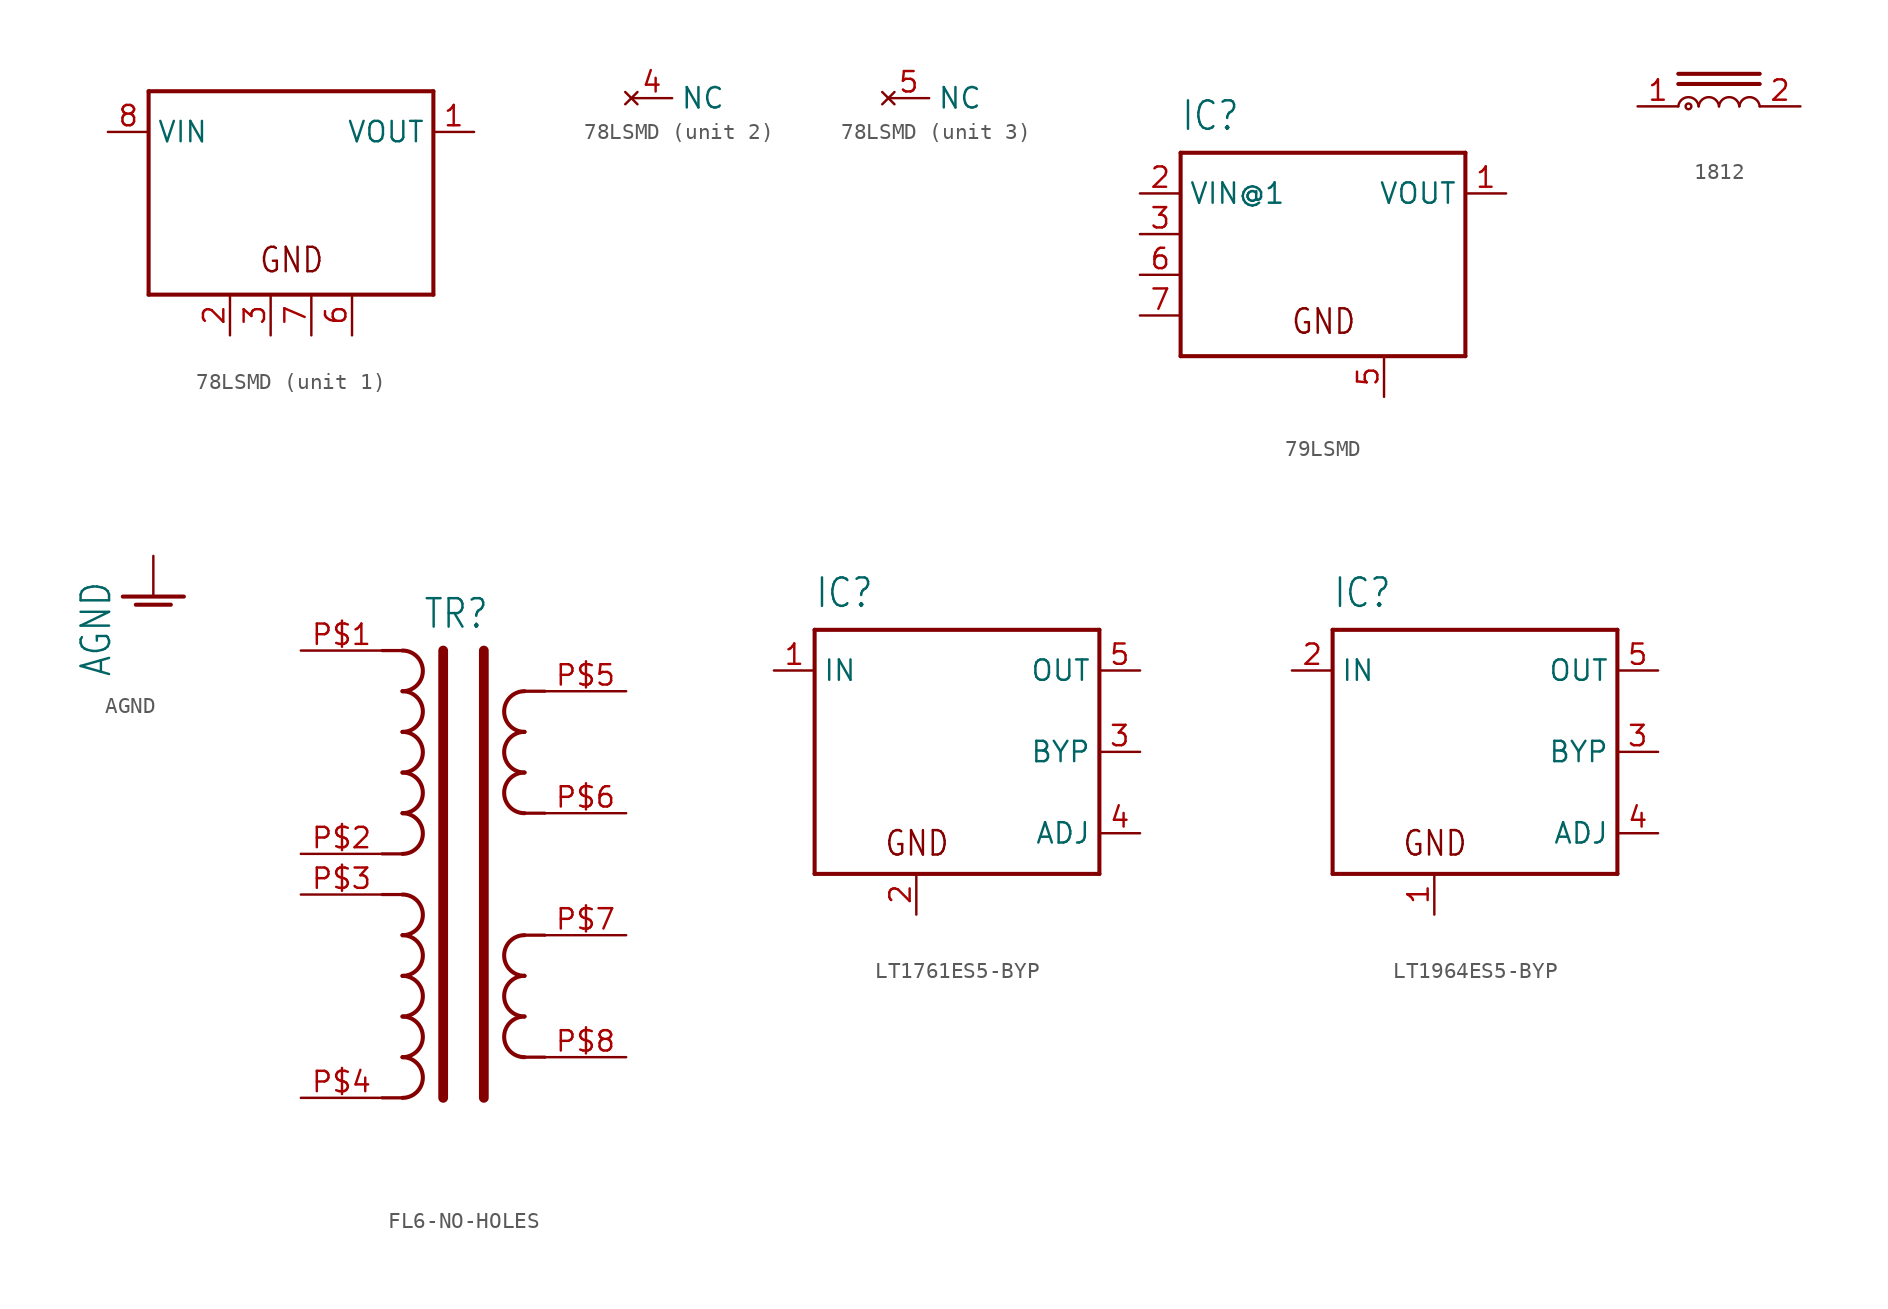
<source format=kicad_sym>
(kicad_symbol_lib
  (version 20220914)
  (generator kicad_symbol_editor)
  (symbol "78LSMD"
    (property "Reference" "IC"
      (at -8.89 7.62 0)
      (effects (font (size 1.778 1.511)) (justify left bottom) hide))
    (property "ki_locked" ""
      (at 0 0 0)
      (effects (font (size 1.27 1.27))))
    (symbol "78LSMD_1_0"
      (polyline (pts (xy -8.89 -6.35) (xy -8.89 6.35)) (stroke (width 0.254) (type solid)) (fill (type none)))
      (polyline (pts (xy -8.89 6.35) (xy 8.89 6.35)) (stroke (width 0.254) (type solid)) (fill (type none)))
      (polyline (pts (xy 8.89 -6.35) (xy -8.89 -6.35)) (stroke (width 0.254) (type solid)) (fill (type none)))
      (polyline (pts (xy 8.89 6.35) (xy 8.89 -6.35)) (stroke (width 0.254) (type solid)) (fill (type none)))
      (text "GND" (at -2.032 -5.08 0) (effects (font (size 1.524 1.295)) (justify left bottom)))
      (pin output line (at 11.43 3.81 180) (length 2.54) (name "VOUT" (effects (font (size 1.27 1.27)))) (number "1" (effects (font (size 1.27 1.27)))))
      (pin power_in line (at -3.81 -8.89 90) (length 2.54) (name "GND@1" (effects (font (size 0 0)))) (number "2" (effects (font (size 1.27 1.27)))))
      (pin power_in line (at -1.27 -8.89 90) (length 2.54) (name "GND@2" (effects (font (size 0 0)))) (number "3" (effects (font (size 1.27 1.27)))))
      (pin power_in line (at 3.81 -8.89 90) (length 2.54) (name "GND@4" (effects (font (size 0 0)))) (number "6" (effects (font (size 1.27 1.27)))))
      (pin power_in line (at 1.27 -8.89 90) (length 2.54) (name "GND@3" (effects (font (size 0 0)))) (number "7" (effects (font (size 1.27 1.27)))))
      (pin passive line (at -11.43 3.81 0) (length 2.54) (name "VIN" (effects (font (size 1.27 1.27)))) (number "8" (effects (font (size 1.27 1.27))))))
    (symbol "78LSMD_2_0"
      (pin no_connect line (at -2.54 0 0) (length 2.54) (name "NC" (effects (font (size 1.27 1.27)))) (number "4" (effects (font (size 1.27 1.27))))))
    (symbol "78LSMD_3_0"
      (pin no_connect line (at -2.54 0 0) (length 2.54) (name "NC" (effects (font (size 1.27 1.27)))) (number "5" (effects (font (size 1.27 1.27)))))))
  (symbol "79LSMD"
    (property "Reference" "IC"
      (at -8.89 7.62 0)
      (effects (font (size 1.778 1.511)) (justify left bottom)))
    (property "Value" ""
      (at -7.112 -1.016 0)
      (effects (font (size 1.778 1.511)) (justify left bottom)))
    (property "ki_locked" ""
      (at 0 0 0)
      (effects (font (size 1.27 1.27))))
    (symbol "79LSMD_1_0"
      (polyline (pts (xy -8.89 -6.35) (xy -8.89 6.35)) (stroke (width 0.254) (type solid)) (fill (type none)))
      (polyline (pts (xy -8.89 6.35) (xy 8.89 6.35)) (stroke (width 0.254) (type solid)) (fill (type none)))
      (polyline (pts (xy 8.89 -6.35) (xy -8.89 -6.35)) (stroke (width 0.254) (type solid)) (fill (type none)))
      (polyline (pts (xy 8.89 6.35) (xy 8.89 -6.35)) (stroke (width 0.254) (type solid)) (fill (type none)))
      (text "GND" (at -2.032 -5.08 0) (effects (font (size 1.524 1.295)) (justify left bottom)))
      (pin output line (at 11.43 3.81 180) (length 2.54) (name "VOUT" (effects (font (size 1.27 1.27)))) (number "1" (effects (font (size 1.27 1.27)))))
      (pin passive line (at -11.43 3.81 0) (length 2.54) (name "VIN@1" (effects (font (size 1.27 1.27)))) (number "2" (effects (font (size 1.27 1.27)))))
      (pin power_in line (at -11.43 1.27 0) (length 2.54) (name "VIN@2" (effects (font (size 0 0)))) (number "3" (effects (font (size 1.27 1.27)))))
      (pin power_in line (at 3.81 -8.89 90) (length 2.54) (name "GND" (effects (font (size 0 0)))) (number "5" (effects (font (size 1.27 1.27)))))
      (pin power_in line (at -11.43 -1.27 0) (length 2.54) (name "VIN@3" (effects (font (size 0 0)))) (number "6" (effects (font (size 1.27 1.27)))))
      (pin power_in line (at -11.43 -3.81 0) (length 2.54) (name "VIN@4" (effects (font (size 0 0)))) (number "7" (effects (font (size 1.27 1.27)))))))
  (symbol "1812"
    (property "Reference" ""
      (at -2.54 2.54 0)
      (effects (font (size 1.778 1.511)) (justify left bottom) hide))
    (property "Value" ""
      (at -2.54 -2.54 0)
      (effects (font (size 1.778 1.511)) (justify left bottom)))
    (property "ki_locked" ""
      (at 0 0 0)
      (effects (font (size 1.27 1.27))))
    (symbol "1812_1_0"
      (circle (center -1.905 0) (radius 0.18) (stroke (width 0) (type solid)) (fill (type none)))
      (arc (start -1.27 -0.0002) (mid -1.9049 0.7016) (end -2.54 0) (stroke (width 0.1524) (type solid)) (fill (type none)))
      (arc (start 0 -0.0002) (mid -0.6349 0.7016) (end -1.27 0) (stroke (width 0.1524) (type solid)) (fill (type none)))
      (polyline (pts (xy 2.54 1.397) (xy -2.54 1.397)) (stroke (width 0.254) (type solid)) (fill (type none)))
      (polyline (pts (xy 2.54 2.032) (xy -2.54 2.032)) (stroke (width 0.254) (type solid)) (fill (type none)))
      (arc (start 1.27 -0.0002) (mid 0.6351 0.7016) (end 0 0) (stroke (width 0.1524) (type solid)) (fill (type none)))
      (arc (start 2.54 -0.0002) (mid 1.9051 0.7016) (end 1.27 0) (stroke (width 0.1524) (type solid)) (fill (type none)))
      (pin passive line (at -5.08 0 0) (length 2.54) (name "1" (effects (font (size 0 0)))) (number "1" (effects (font (size 1.27 1.27)))))
      (pin passive line (at 5.08 0 180) (length 2.54) (name "2" (effects (font (size 0 0)))) (number "2" (effects (font (size 1.27 1.27)))))))
  (symbol "AGND"
    (power)
    (property "Reference" "#AGND"
      (at 0 0 0)
      (effects (font (size 1.27 1.27)) hide))
    (property "Value" "AGND"
      (at -2.54 -5.08 90)
      (effects (font (size 1.778 1.511)) (justify left bottom)))
    (property "ki_locked" ""
      (at 0 0 0)
      (effects (font (size 1.27 1.27))))
    (symbol "AGND_1_0"
      (polyline (pts (xy -1.905 0) (xy 1.905 0)) (stroke (width 0.254) (type solid)) (fill (type none)))
      (polyline (pts (xy -1.092 -0.508) (xy 1.092 -0.508)) (stroke (width 0.254) (type solid)) (fill (type none)))
      (pin power_in line (at 0 2.54 270) (length 2.54) (name "AGND" (effects (font (size 0 0)))) (number "1" (effects (font (size 0 0)))))))
  (symbol "FL6-NO-HOLES"
    (property "Reference" "TR"
      (at -2.54 15.24 0)
      (effects (font (size 1.778 1.511)) (justify left bottom)))
    (property "Value" ""
      (at -2.54 -17.145 0)
      (effects (font (size 1.778 1.511)) (justify left bottom)))
    (property "ki_locked" ""
      (at 0 0 0)
      (effects (font (size 1.27 1.27))))
    (symbol "FL6-NO-HOLES_1_0"
      (arc (start -3.81 -13.97) (mid -2.54 -12.7) (end -3.81 -11.43) (stroke (width 0.254) (type solid)) (fill (type none)))
      (arc (start -3.81 -11.43) (mid -2.54 -10.16) (end -3.81 -8.89) (stroke (width 0.254) (type solid)) (fill (type none)))
      (arc (start -3.81 -8.89) (mid -2.54 -7.62) (end -3.81 -6.35) (stroke (width 0.254) (type solid)) (fill (type none)))
      (arc (start -3.81 -6.35) (mid -2.54 -5.08) (end -3.81 -3.81) (stroke (width 0.254) (type solid)) (fill (type none)))
      (arc (start -3.81 -3.81) (mid -2.54 -2.54) (end -3.81 -1.27) (stroke (width 0.254) (type solid)) (fill (type none)))
      (arc (start -3.81 1.27) (mid -2.54 2.54) (end -3.81 3.81) (stroke (width 0.254) (type solid)) (fill (type none)))
      (arc (start -3.81 3.81) (mid -2.54 5.08) (end -3.81 6.35) (stroke (width 0.254) (type solid)) (fill (type none)))
      (arc (start -3.81 6.35) (mid -2.54 7.62) (end -3.81 8.89) (stroke (width 0.254) (type solid)) (fill (type none)))
      (arc (start -3.81 8.89) (mid -2.54 10.16) (end -3.81 11.43) (stroke (width 0.254) (type solid)) (fill (type none)))
      (arc (start -3.81 11.43) (mid -2.54 12.7) (end -3.81 13.97) (stroke (width 0.254) (type solid)) (fill (type none)))
      (polyline (pts (xy -3.81 -13.97) (xy -5.08 -13.97)) (stroke (width 0.203) (type solid)) (fill (type none)))
      (polyline (pts (xy -3.81 -1.27) (xy -5.08 -1.27)) (stroke (width 0.203) (type solid)) (fill (type none)))
      (polyline (pts (xy -3.81 1.27) (xy -5.08 1.27)) (stroke (width 0.203) (type solid)) (fill (type none)))
      (polyline (pts (xy -3.81 13.97) (xy -5.08 13.97)) (stroke (width 0.203) (type solid)) (fill (type none)))
      (polyline (pts (xy -1.27 13.97) (xy -1.27 -13.97)) (stroke (width 0.61) (type solid)) (fill (type none)))
      (polyline (pts (xy 1.27 13.97) (xy 1.27 -13.97)) (stroke (width 0.61) (type solid)) (fill (type none)))
      (polyline (pts (xy 3.81 -11.43) (xy 5.08 -11.43)) (stroke (width 0.203) (type solid)) (fill (type none)))
      (polyline (pts (xy 3.81 -3.81) (xy 5.08 -3.81)) (stroke (width 0.203) (type solid)) (fill (type none)))
      (polyline (pts (xy 3.81 3.81) (xy 5.08 3.81)) (stroke (width 0.203) (type solid)) (fill (type none)))
      (polyline (pts (xy 3.81 11.43) (xy 5.08 11.43)) (stroke (width 0.203) (type solid)) (fill (type none)))
      (arc (start 3.81 -8.89) (mid 2.54 -10.16) (end 3.81 -11.43) (stroke (width 0.254) (type solid)) (fill (type none)))
      (arc (start 3.81 -6.35) (mid 2.54 -7.62) (end 3.81 -8.89) (stroke (width 0.254) (type solid)) (fill (type none)))
      (arc (start 3.81 -3.81) (mid 2.54 -5.08) (end 3.81 -6.35) (stroke (width 0.254) (type solid)) (fill (type none)))
      (arc (start 3.81 6.35) (mid 2.54 5.08) (end 3.81 3.81) (stroke (width 0.254) (type solid)) (fill (type none)))
      (arc (start 3.81 8.89) (mid 2.54 7.62) (end 3.81 6.35) (stroke (width 0.254) (type solid)) (fill (type none)))
      (arc (start 3.81 11.43) (mid 2.54 10.16) (end 3.81 8.89) (stroke (width 0.254) (type solid)) (fill (type none)))
      (pin passive line (at -10.16 13.97 0) (length 5.08) (name "PRI1A" (effects (font (size 0 0)))) (number "P$1" (effects (font (size 1.27 1.27)))))
      (pin passive line (at -10.16 1.27 0) (length 5.08) (name "PRI1B" (effects (font (size 0 0)))) (number "P$2" (effects (font (size 1.27 1.27)))))
      (pin passive line (at -10.16 -1.27 0) (length 5.08) (name "PRI2A" (effects (font (size 0 0)))) (number "P$3" (effects (font (size 1.27 1.27)))))
      (pin passive line (at -10.16 -13.97 0) (length 5.08) (name "PRI2B" (effects (font (size 0 0)))) (number "P$4" (effects (font (size 1.27 1.27)))))
      (pin passive line (at 10.16 11.43 180) (length 5.08) (name "SEC1A" (effects (font (size 0 0)))) (number "P$5" (effects (font (size 1.27 1.27)))))
      (pin passive line (at 10.16 3.81 180) (length 5.08) (name "SEC1B" (effects (font (size 0 0)))) (number "P$6" (effects (font (size 1.27 1.27)))))
      (pin passive line (at 10.16 -3.81 180) (length 5.08) (name "SEC2A" (effects (font (size 0 0)))) (number "P$7" (effects (font (size 1.27 1.27)))))
      (pin passive line (at 10.16 -11.43 180) (length 5.08) (name "SEC2B" (effects (font (size 0 0)))) (number "P$8" (effects (font (size 1.27 1.27)))))))
  (symbol "LT1761ES5-BYP"
    (property "Reference" "IC"
      (at -8.89 7.62 0)
      (effects (font (size 1.778 1.511)) (justify left bottom)))
    (property "Value" ""
      (at 1.27 7.62 0)
      (effects (font (size 1.778 1.511)) (justify left bottom)))
    (property "ki_locked" ""
      (at 0 0 0)
      (effects (font (size 1.27 1.27))))
    (symbol "LT1761ES5-BYP_1_0"
      (polyline (pts (xy -8.89 -8.89) (xy -8.89 6.35)) (stroke (width 0.254) (type solid)) (fill (type none)))
      (polyline (pts (xy -8.89 6.35) (xy 8.89 6.35)) (stroke (width 0.254) (type solid)) (fill (type none)))
      (polyline (pts (xy 8.89 -8.89) (xy -8.89 -8.89)) (stroke (width 0.254) (type solid)) (fill (type none)))
      (polyline (pts (xy 8.89 6.35) (xy 8.89 -8.89)) (stroke (width 0.254) (type solid)) (fill (type none)))
      (text "GND" (at -4.572 -7.874 0) (effects (font (size 1.524 1.295)) (justify left bottom)))
      (pin input line (at -11.43 3.81 0) (length 2.54) (name "IN" (effects (font (size 1.27 1.27)))) (number "1" (effects (font (size 1.27 1.27)))))
      (pin power_in line (at -2.54 -11.43 90) (length 2.54) (name "GND" (effects (font (size 0 0)))) (number "2" (effects (font (size 1.27 1.27)))))
      (pin input line (at 11.43 -1.27 180) (length 2.54) (name "BYP" (effects (font (size 1.27 1.27)))) (number "3" (effects (font (size 1.27 1.27)))))
      (pin input line (at 11.43 -6.35 180) (length 2.54) (name "ADJ" (effects (font (size 1.27 1.27)))) (number "4" (effects (font (size 1.27 1.27)))))
      (pin passive line (at 11.43 3.81 180) (length 2.54) (name "OUT" (effects (font (size 1.27 1.27)))) (number "5" (effects (font (size 1.27 1.27)))))))
  (symbol "LT1964ES5-BYP"
    (property "Reference" "IC"
      (at -8.89 7.62 0)
      (effects (font (size 1.778 1.511)) (justify left bottom)))
    (property "Value" ""
      (at 1.27 7.62 0)
      (effects (font (size 1.778 1.511)) (justify left bottom)))
    (property "ki_locked" ""
      (at 0 0 0)
      (effects (font (size 1.27 1.27))))
    (symbol "LT1964ES5-BYP_1_0"
      (polyline (pts (xy -8.89 -8.89) (xy -8.89 6.35)) (stroke (width 0.254) (type solid)) (fill (type none)))
      (polyline (pts (xy -8.89 6.35) (xy 8.89 6.35)) (stroke (width 0.254) (type solid)) (fill (type none)))
      (polyline (pts (xy 8.89 -8.89) (xy -8.89 -8.89)) (stroke (width 0.254) (type solid)) (fill (type none)))
      (polyline (pts (xy 8.89 6.35) (xy 8.89 -8.89)) (stroke (width 0.254) (type solid)) (fill (type none)))
      (text "GND" (at -4.572 -7.874 0) (effects (font (size 1.524 1.295)) (justify left bottom)))
      (pin power_in line (at -2.54 -11.43 90) (length 2.54) (name "GND" (effects (font (size 0 0)))) (number "1" (effects (font (size 1.27 1.27)))))
      (pin input line (at -11.43 3.81 0) (length 2.54) (name "IN" (effects (font (size 1.27 1.27)))) (number "2" (effects (font (size 1.27 1.27)))))
      (pin input line (at 11.43 -1.27 180) (length 2.54) (name "BYP" (effects (font (size 1.27 1.27)))) (number "3" (effects (font (size 1.27 1.27)))))
      (pin input line (at 11.43 -6.35 180) (length 2.54) (name "ADJ" (effects (font (size 1.27 1.27)))) (number "4" (effects (font (size 1.27 1.27)))))
      (pin passive line (at 11.43 3.81 180) (length 2.54) (name "OUT" (effects (font (size 1.27 1.27)))) (number "5" (effects (font (size 1.27 1.27))))))))
</source>
